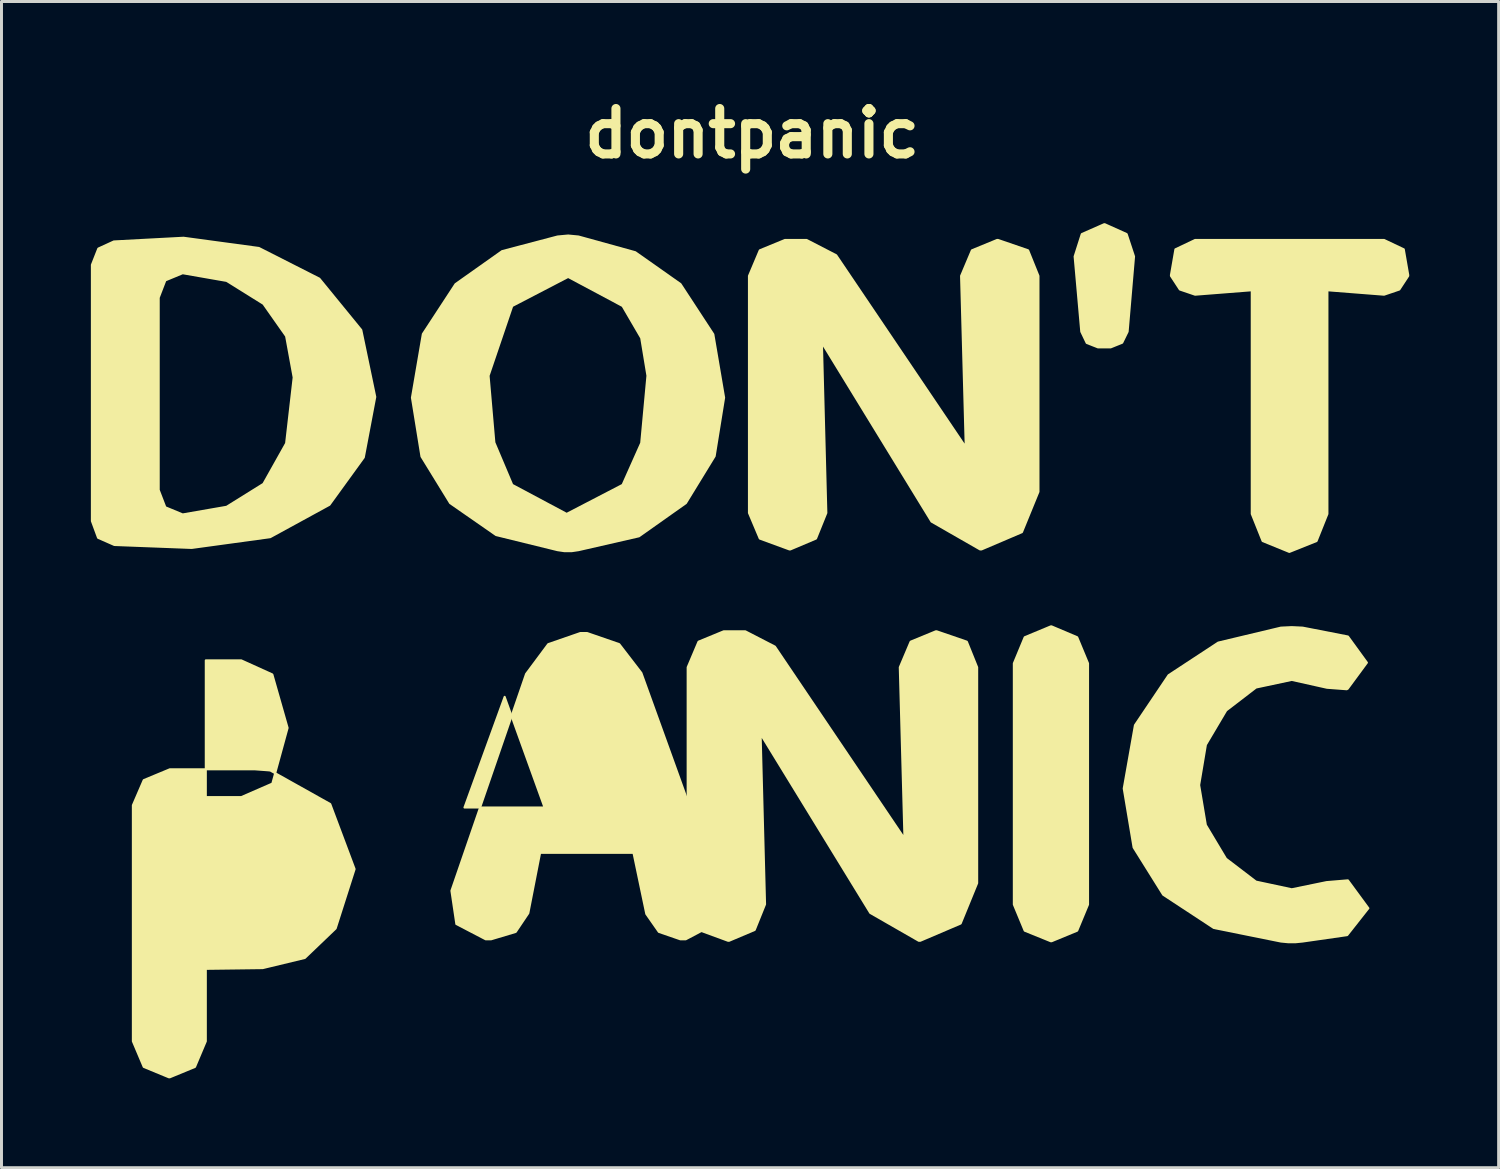
<source format=kicad_pcb>
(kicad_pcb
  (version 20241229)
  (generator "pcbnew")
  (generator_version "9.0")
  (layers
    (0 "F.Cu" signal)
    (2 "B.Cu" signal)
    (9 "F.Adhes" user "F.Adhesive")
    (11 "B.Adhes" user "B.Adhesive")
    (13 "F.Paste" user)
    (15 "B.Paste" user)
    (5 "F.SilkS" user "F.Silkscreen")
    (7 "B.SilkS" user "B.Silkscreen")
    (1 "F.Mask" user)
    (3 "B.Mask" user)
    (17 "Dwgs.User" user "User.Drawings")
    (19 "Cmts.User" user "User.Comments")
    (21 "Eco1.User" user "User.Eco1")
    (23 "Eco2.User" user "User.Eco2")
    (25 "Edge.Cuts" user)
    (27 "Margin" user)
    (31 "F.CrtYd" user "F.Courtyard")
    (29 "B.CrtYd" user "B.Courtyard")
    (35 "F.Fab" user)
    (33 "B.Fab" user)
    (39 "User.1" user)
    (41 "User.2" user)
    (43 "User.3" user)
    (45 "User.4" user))
  (footprint "dontpanic"
    (layer "F.Cu")
    (at 22.194 18.798)
    (property "Reference" "dontpanic" (at 0 -17.371 0) (layer "F.SilkS") (effects (font (size 1.524 1.524) (thickness 0.305))))
    (attr smd)
    (fp_poly (pts (xy 11.272 8.51) (xy 10.908 9.387) (xy 10.048 9.742) (xy 10.023 9.742) (xy 9.147 9.387) (xy 8.783 8.51) (xy 8.783 0.416) (xy 9.147 -0.461) (xy 10.023 -0.825) (xy 10.048 -0.825) (xy 10.908 -0.461) (xy 11.272 0.416) (xy 11.272 8.51)) (stroke (width 0.07) (type solid)) (fill yes) (layer "F.SilkS"))
    (fp_poly (pts (xy 12.601 -10.718) (xy 12.419 -10.346) (xy 12.03 -10.189) (xy 11.609 -10.189) (xy 11.228 -10.338) (xy 11.046 -10.718) (xy 10.823 -13.24) (xy 11.063 -13.992) (xy 11.815 -14.323) (xy 11.832 -14.323) (xy 12.568 -13.992) (xy 12.816 -13.24) (xy 12.601 -10.718)) (stroke (width 0.07) (type solid)) (fill yes) (layer "F.SilkS"))
    (fp_poly (pts (xy 14.056 -12.587) (xy 14.354 -12.132) (xy 14.866 -11.958) (xy 16.768 -12.107) (xy 16.768 -4.6) (xy 17.132 -3.69) (xy 18.025 -3.326) (xy 18.033 -3.326) (xy 18.942 -3.69) (xy 19.306 -4.6) (xy 19.306 -12.107) (xy 21.208 -11.958) (xy 21.72 -12.132) (xy 22.018 -12.587) (xy 22.018 -12.62) (xy 21.869 -13.48) (xy 21.208 -13.794) (xy 14.866 -13.794) (xy 14.205 -13.48) (xy 14.056 -12.62) (xy 14.056 -12.587)) (stroke (width 0.07) (type solid)) (fill yes) (layer "F.SilkS"))
    (fp_poly (pts (xy 0.283 2.789) (xy 3.963 8.791) (xy 5.592 9.726) (xy 5.641 9.726) (xy 6.997 9.147) (xy 7.551 7.791) (xy 7.551 0.548) (xy 7.204 -0.312) (xy 6.195 -0.659) (xy 6.162 -0.659) (xy 5.319 -0.312) (xy 4.955 0.548) (xy 5.112 6.294) (xy 0.763 -0.147) (xy -0.229 -0.659) (xy -0.957 -0.659) (xy -1.8 -0.312) (xy -2.164 0.548) (xy -2.164 8.502) (xy -1.8 9.362) (xy -0.808 9.726) (xy -0.775 9.726) (xy 0.085 9.362) (xy 0.432 8.502) (xy 0.283 2.789)) (stroke (width 0.07) (type solid)) (fill yes) (layer "F.SilkS"))
    (fp_poly (pts (xy 2.34 -10.346) (xy 6.019 -4.343) (xy 7.648 -3.409) (xy 7.698 -3.409) (xy 9.054 -3.988) (xy 9.608 -5.344) (xy 9.608 -12.587) (xy 9.261 -13.447) (xy 8.252 -13.794) (xy 8.219 -13.794) (xy 7.375 -13.447) (xy 7.012 -12.587) (xy 7.169 -6.84) (xy 2.82 -13.281) (xy 1.827 -13.794) (xy 1.1 -13.794) (xy 0.256 -13.447) (xy -0.107 -12.587) (xy -0.107 -4.633) (xy 0.256 -3.773) (xy 1.249 -3.409) (xy 1.282 -3.409) (xy 2.142 -3.773) (xy 2.489 -4.633) (xy 2.34 -10.346)) (stroke (width 0.07) (type solid)) (fill yes) (layer "F.SilkS"))
    (fp_poly (pts (xy -9.655 5.253) (xy -10.093 8.047) (xy -9.928 9.163) (xy -8.944 9.676) (xy -8.762 9.676) (xy -7.935 9.428) (xy -7.513 8.8) (xy -7.117 6.774) (xy -3.983 6.774) (xy -3.553 8.824) (xy -3.131 9.428) (xy -2.412 9.676) (xy -2.23 9.676) (xy -1.23 9.147) (xy -1.081 8.047) (xy -3.718 0.738) (xy -4.462 -0.229) (xy -5.537 -0.601) (xy -5.769 -0.601) (xy -6.844 -0.229) (xy -7.588 0.771) (xy -10.093 8.047) (xy -9.655 5.253) (xy -8.307 1.54) (xy -6.968 5.253) (xy -9.655 5.253)) (stroke (width 0.07) (type solid)) (fill yes) (layer "F.SilkS"))
    (fp_poly (pts (xy -18.337 0.316) (xy -16.17 4.012) (xy -16.245 4.004) (xy -16.691 3.971) (xy -19.544 3.971) (xy -20.42 4.335) (xy -20.784 5.178) (xy -20.784 13.099) (xy -20.42 13.959) (xy -19.577 14.307) (xy -19.544 14.307) (xy -18.7 13.959) (xy -18.337 13.099) (xy -18.337 10.668) (xy -16.427 10.643) (xy -15.013 10.302) (xy -13.979 9.312) (xy -13.343 7.32) (xy -14.161 5.137) (xy -16.17 4.012) (xy -18.337 0.316) (xy -17.146 0.316) (xy -16.104 0.788) (xy -15.592 2.582) (xy -16.104 4.451) (xy -17.146 4.905) (xy -18.337 4.905) (xy -18.337 0.316)) (stroke (width 0.07) (type solid)) (fill yes) (layer "F.SilkS"))
    (fp_poly (pts (xy -19.116 -4.583) (xy -22.159 -4.36) (xy -21.952 -3.798) (xy -21.406 -3.558) (xy -18.81 -3.459) (xy -16.175 -3.82) (xy -14.188 -4.906) (xy -13.035 -6.497) (xy -12.65 -8.527) (xy -13.119 -10.772) (xy -14.527 -12.496) (xy -16.555 -13.525) (xy -19.083 -13.868) (xy -21.423 -13.744) (xy -21.423 -13.744) (xy -21.944 -13.505) (xy -22.159 -12.959) (xy -22.159 -4.36) (xy -19.116 -4.583) (xy -19.695 -4.823) (xy -19.918 -5.402) (xy -19.918 -11.859) (xy -19.695 -12.438) (xy -19.116 -12.678) (xy -19.108 -12.678) (xy -17.638 -12.421) (xy -16.404 -11.652) (xy -15.641 -10.567) (xy -15.387 -9.18) (xy -15.641 -6.968) (xy -16.404 -5.608) (xy -17.638 -4.839) (xy -19.108 -4.583) (xy -19.116 -4.583)) (stroke (width 0.07) (type solid)) (fill yes) (layer "F.SilkS"))
    (fp_poly (pts (xy 19.97 7.7) (xy 19.276 7.758) (xy 18.11 7.998) (xy 16.909 7.741) (xy 15.902 6.972) (xy 15.226 5.842) (xy 15.001 4.5) (xy 15.228 3.146) (xy 15.91 1.995) (xy 16.911 1.226) (xy 18.11 0.97) (xy 19.292 1.234) (xy 19.954 1.284) (xy 19.987 1.267) (xy 20.632 0.391) (xy 19.995 -0.486) (xy 18.474 -0.783) (xy 18.11 -0.8) (xy 17.746 -0.783) (xy 15.642 -0.281) (xy 13.976 0.813) (xy 12.847 2.491) (xy 12.471 4.616) (xy 12.802 6.594) (xy 13.794 8.18) (xy 15.493 9.296) (xy 17.746 9.751) (xy 17.994 9.775) (xy 18.052 9.775) (xy 18.11 9.775) (xy 18.176 9.775) (xy 18.234 9.775) (xy 18.474 9.751) (xy 19.97 9.536) (xy 20.681 8.634) (xy 19.995 7.7) (xy 19.97 7.7)) (stroke (width 0.07) (type solid)) (fill yes) (layer "F.SilkS"))
    (fp_poly (pts (xy -8.053 -5.575) (xy -11.052 -10.637) (xy -11.418 -8.502) (xy -11.098 -6.526) (xy -10.137 -4.963) (xy -8.595 -3.891) (xy -6.532 -3.384) (xy -6.309 -3.351) (xy -6.251 -3.351) (xy -6.11 -3.351) (xy -6.052 -3.351) (xy -5.829 -3.384) (xy -3.799 -3.849) (xy -2.224 -4.963) (xy -1.259 -6.538) (xy -0.942 -8.502) (xy -1.304 -10.629) (xy -2.406 -12.314) (xy -3.923 -13.383) (xy -5.829 -13.91) (xy -6.176 -13.943) (xy -6.176 -13.943) (xy -6.532 -13.91) (xy -8.392 -13.42) (xy -9.955 -12.314) (xy -11.052 -10.637) (xy -8.053 -5.575) (xy -8.653 -6.995) (xy -8.847 -9.238) (xy -8.053 -11.578) (xy -6.176 -12.554) (xy -4.349 -11.578) (xy -3.723 -10.505) (xy -3.514 -9.238) (xy -3.723 -6.979) (xy -4.349 -5.575) (xy -6.226 -4.6) (xy -8.053 -5.575)) (stroke (width 0.07) (type solid)) (fill yes) (layer "F.SilkS")))
  (gr_rect
    (start -3 -3)
    (end 47.247 36.139)
    (stroke (width 0.1) (type default))
    (fill no)
    (layer "Edge.Cuts")))
</source>
